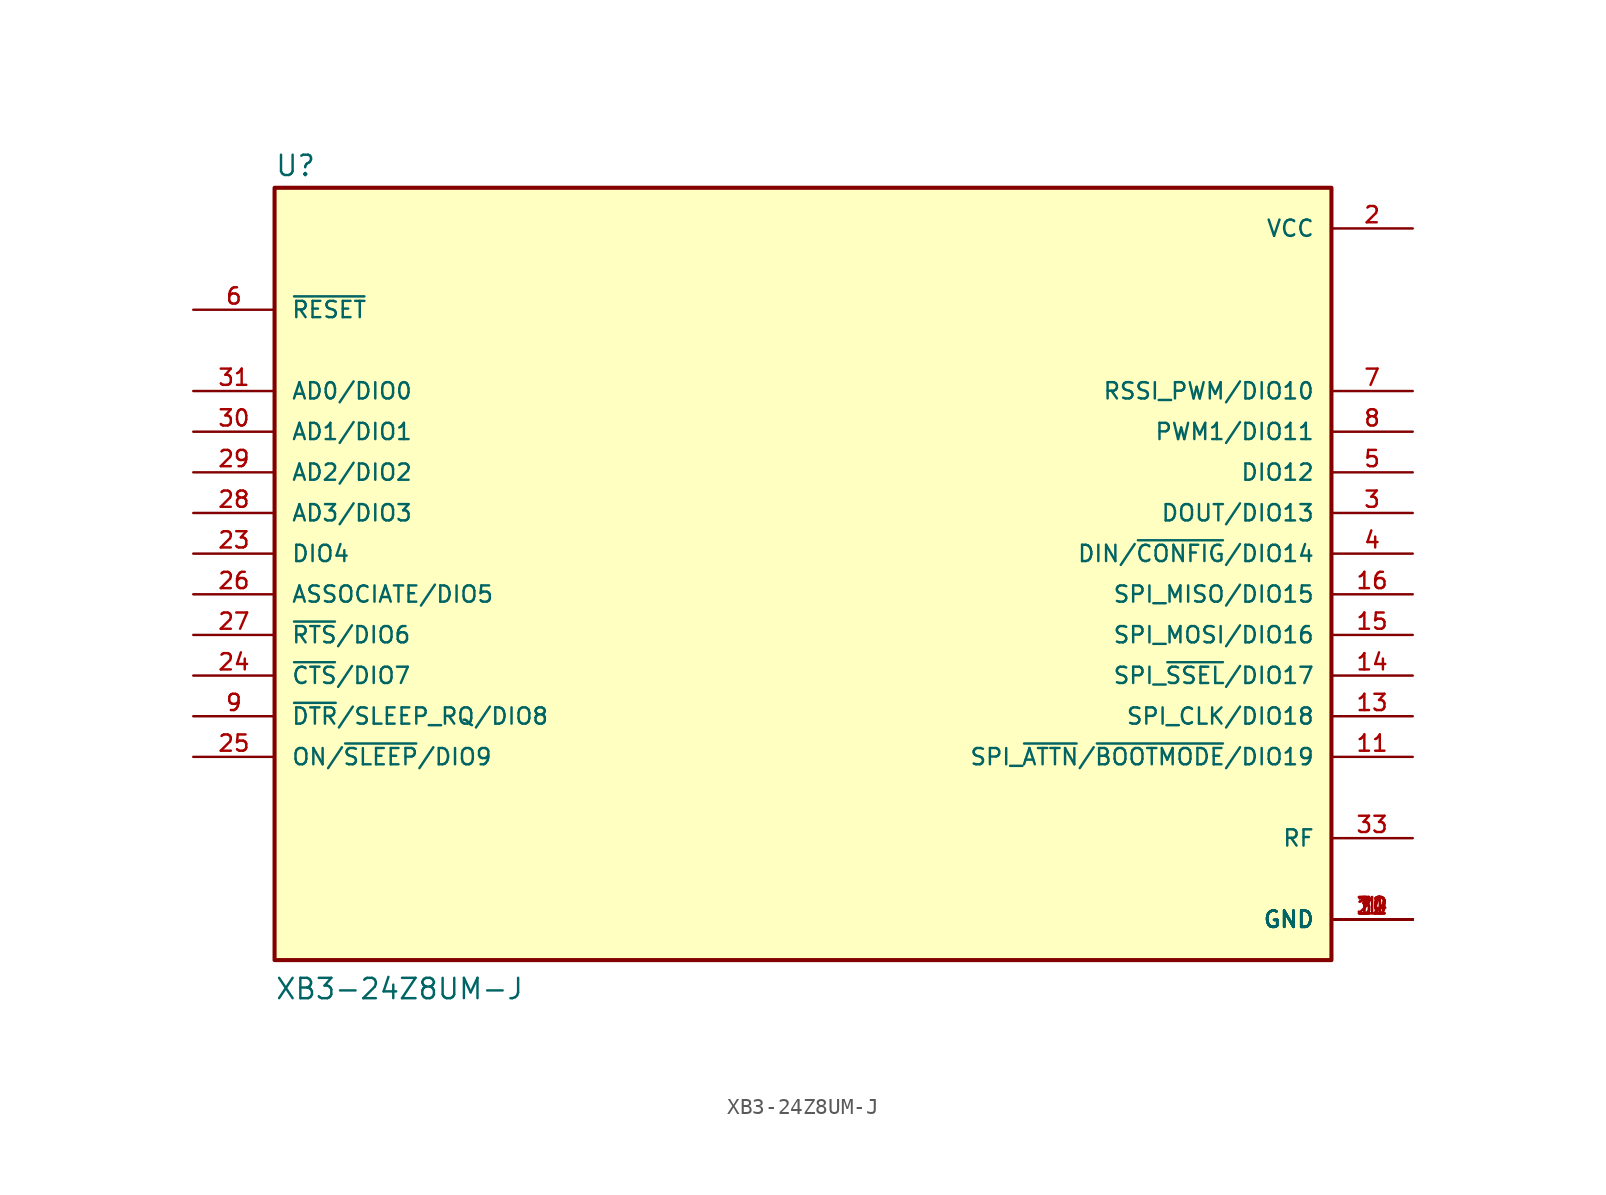
<source format=kicad_sym>
(kicad_symbol_lib
  (version 20211014)
  (generator kicad_symbol_editor)
  (symbol "XB3-24Z8UM-J"
    (pin_names
      (offset 1.016))
    (property "Reference" "U"
      (at -33.02 26.035 0)
      (effects (font (size 1.27 1.27)) (justify bottom left)))
    (property "Value" "XB3-24Z8UM-J"
      (at -33.02 -25.4 0)
      (effects (font (size 1.27 1.27)) (justify bottom left)))
    (symbol "XB3-24Z8UM-J_0_0"
      (rectangle (start -33.02 -22.86) (end 33.02 25.4) (stroke (width 0.254)) (fill (type background)))
      (pin power_in line (at 38.1 -20.32 180.0) (length 5.08) (name "GND" (effects (font (size 1.016 1.016)))) (number "1" (effects (font (size 1.016 1.016)))))
      (pin power_in line (at 38.1 -20.32 180.0) (length 5.08) (name "GND" (effects (font (size 1.016 1.016)))) (number "10" (effects (font (size 1.016 1.016)))))
      (pin power_in line (at 38.1 -20.32 180.0) (length 5.08) (name "GND" (effects (font (size 1.016 1.016)))) (number "12" (effects (font (size 1.016 1.016)))))
      (pin power_in line (at 38.1 -20.32 180.0) (length 5.08) (name "GND" (effects (font (size 1.016 1.016)))) (number "21" (effects (font (size 1.016 1.016)))))
      (pin power_in line (at 38.1 -20.32 180.0) (length 5.08) (name "GND" (effects (font (size 1.016 1.016)))) (number "32" (effects (font (size 1.016 1.016)))))
      (pin power_in line (at 38.1 -20.32 180.0) (length 5.08) (name "GND" (effects (font (size 1.016 1.016)))) (number "34" (effects (font (size 1.016 1.016)))))
      (pin power_in line (at 38.1 22.86 180.0) (length 5.08) (name "VCC" (effects (font (size 1.016 1.016)))) (number "2" (effects (font (size 1.016 1.016)))))
      (pin bidirectional line (at 38.1 5.08 180.0) (length 5.08) (name "DOUT/DIO13" (effects (font (size 1.016 1.016)))) (number "3" (effects (font (size 1.016 1.016)))))
      (pin bidirectional line (at 38.1 2.54 180.0) (length 5.08) (name "DIN/~{CONFIG}/DIO14" (effects (font (size 1.016 1.016)))) (number "4" (effects (font (size 1.016 1.016)))))
      (pin bidirectional line (at 38.1 7.62 180.0) (length 5.08) (name "DIO12" (effects (font (size 1.016 1.016)))) (number "5" (effects (font (size 1.016 1.016)))))
      (pin input line (at -38.1 17.78 0) (length 5.08) (name "~{RESET}" (effects (font (size 1.016 1.016)))) (number "6" (effects (font (size 1.016 1.016)))))
      (pin bidirectional line (at 38.1 12.7 180.0) (length 5.08) (name "RSSI_PWM/DIO10" (effects (font (size 1.016 1.016)))) (number "7" (effects (font (size 1.016 1.016)))))
      (pin bidirectional line (at 38.1 10.16 180.0) (length 5.08) (name "PWM1/DIO11" (effects (font (size 1.016 1.016)))) (number "8" (effects (font (size 1.016 1.016)))))
      (pin bidirectional line (at -38.1 -7.62 0) (length 5.08) (name "~{DTR}/SLEEP_RQ/DIO8" (effects (font (size 1.016 1.016)))) (number "9" (effects (font (size 1.016 1.016)))))
      (pin bidirectional line (at 38.1 -10.16 180.0) (length 5.08) (name "SPI_~{ATTN}/~{BOOTMODE}/DIO19" (effects (font (size 1.016 1.016)))) (number "11" (effects (font (size 1.016 1.016)))))
      (pin bidirectional line (at 38.1 -7.62 180.0) (length 5.08) (name "SPI_CLK/DIO18" (effects (font (size 1.016 1.016)))) (number "13" (effects (font (size 1.016 1.016)))))
      (pin bidirectional line (at 38.1 -5.08 180.0) (length 5.08) (name "SPI_~{SSEL}/DIO17" (effects (font (size 1.016 1.016)))) (number "14" (effects (font (size 1.016 1.016)))))
      (pin bidirectional line (at 38.1 -2.54 180.0) (length 5.08) (name "SPI_MOSI/DIO16" (effects (font (size 1.016 1.016)))) (number "15" (effects (font (size 1.016 1.016)))))
      (pin bidirectional line (at 38.1 0.0 180.0) (length 5.08) (name "SPI_MISO/DIO15" (effects (font (size 1.016 1.016)))) (number "16" (effects (font (size 1.016 1.016)))))
      (pin bidirectional line (at -38.1 2.54 0) (length 5.08) (name "DIO4" (effects (font (size 1.016 1.016)))) (number "23" (effects (font (size 1.016 1.016)))))
      (pin bidirectional line (at -38.1 -5.08 0) (length 5.08) (name "~{CTS}/DIO7" (effects (font (size 1.016 1.016)))) (number "24" (effects (font (size 1.016 1.016)))))
      (pin bidirectional line (at -38.1 -10.16 0) (length 5.08) (name "ON/~{SLEEP}/DIO9" (effects (font (size 1.016 1.016)))) (number "25" (effects (font (size 1.016 1.016)))))
      (pin bidirectional line (at -38.1 0.0 0) (length 5.08) (name "ASSOCIATE/DIO5" (effects (font (size 1.016 1.016)))) (number "26" (effects (font (size 1.016 1.016)))))
      (pin bidirectional line (at -38.1 -2.54 0) (length 5.08) (name "~{RTS}/DIO6" (effects (font (size 1.016 1.016)))) (number "27" (effects (font (size 1.016 1.016)))))
      (pin bidirectional line (at -38.1 5.08 0) (length 5.08) (name "AD3/DIO3" (effects (font (size 1.016 1.016)))) (number "28" (effects (font (size 1.016 1.016)))))
      (pin bidirectional line (at -38.1 7.62 0) (length 5.08) (name "AD2/DIO2" (effects (font (size 1.016 1.016)))) (number "29" (effects (font (size 1.016 1.016)))))
      (pin bidirectional line (at -38.1 10.16 0) (length 5.08) (name "AD1/DIO1" (effects (font (size 1.016 1.016)))) (number "30" (effects (font (size 1.016 1.016)))))
      (pin bidirectional line (at -38.1 12.7 0) (length 5.08) (name "AD0/DIO0" (effects (font (size 1.016 1.016)))) (number "31" (effects (font (size 1.016 1.016)))))
      (pin bidirectional line (at 38.1 -15.24 180.0) (length 5.08) (name "RF" (effects (font (size 1.016 1.016)))) (number "33" (effects (font (size 1.016 1.016))))))))
</source>
